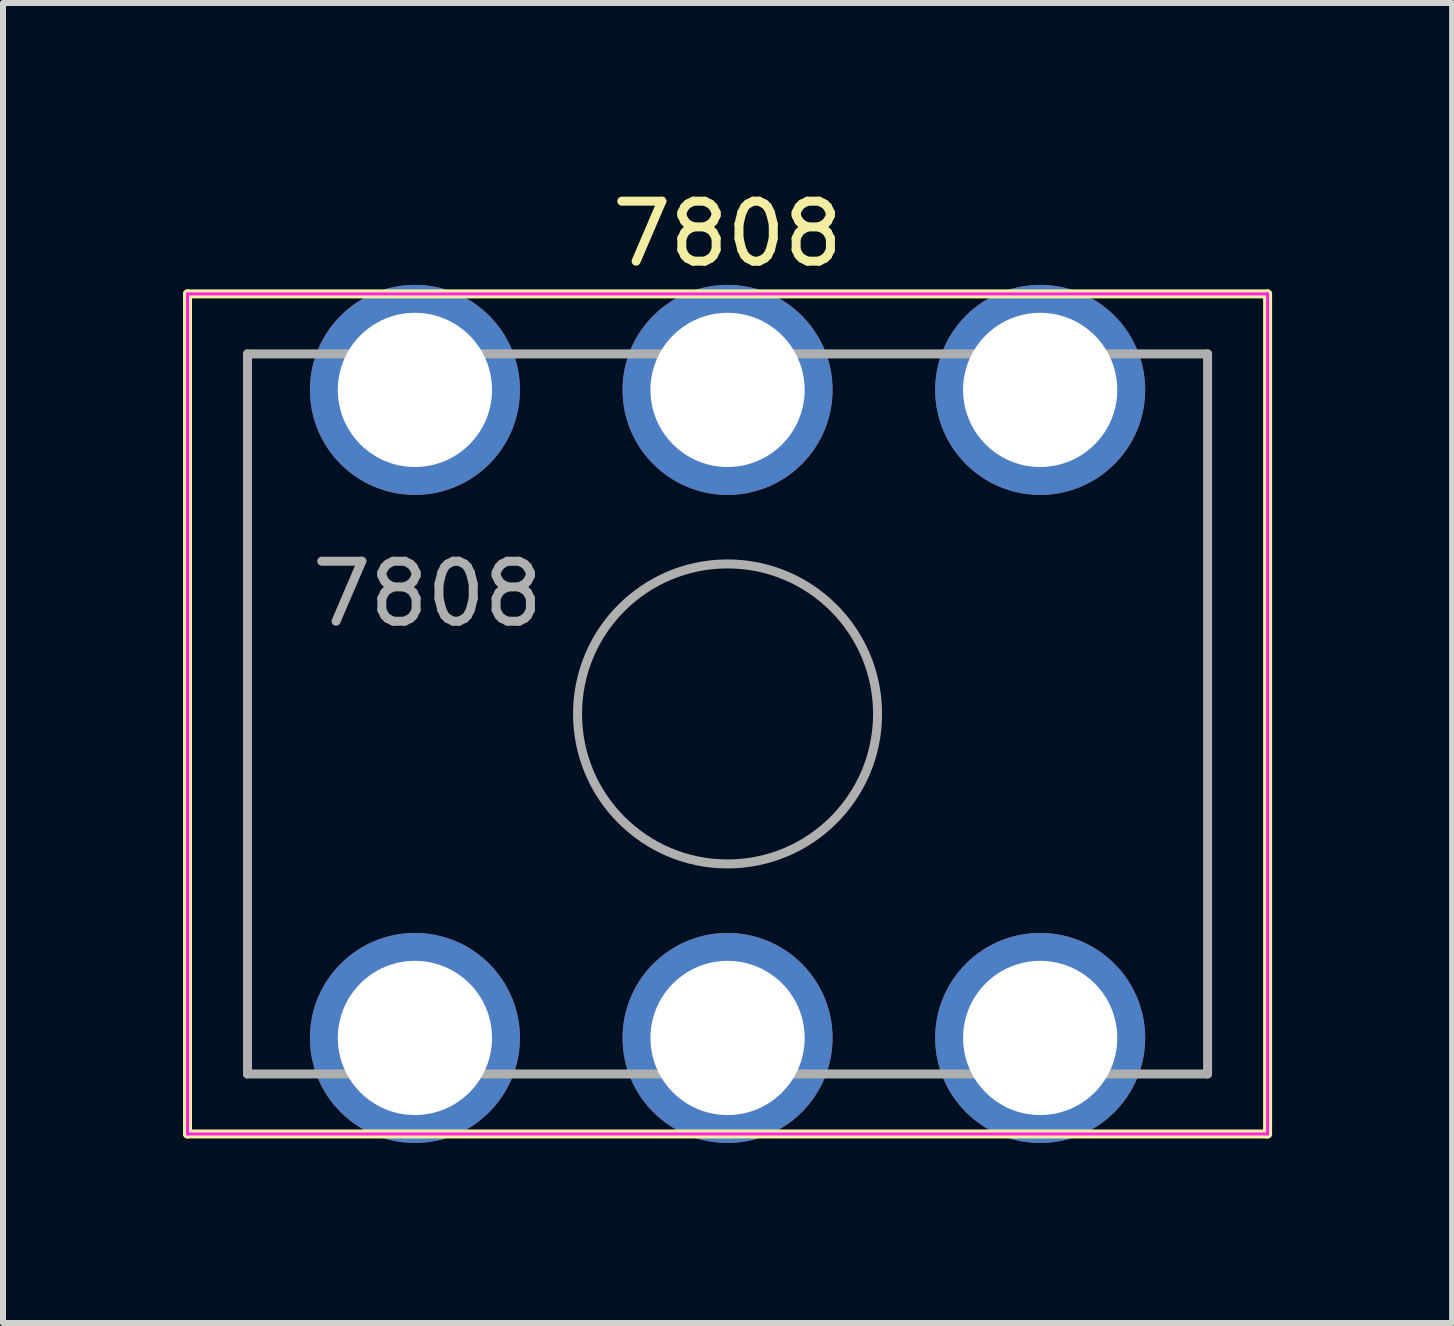
<source format=kicad_pcb>
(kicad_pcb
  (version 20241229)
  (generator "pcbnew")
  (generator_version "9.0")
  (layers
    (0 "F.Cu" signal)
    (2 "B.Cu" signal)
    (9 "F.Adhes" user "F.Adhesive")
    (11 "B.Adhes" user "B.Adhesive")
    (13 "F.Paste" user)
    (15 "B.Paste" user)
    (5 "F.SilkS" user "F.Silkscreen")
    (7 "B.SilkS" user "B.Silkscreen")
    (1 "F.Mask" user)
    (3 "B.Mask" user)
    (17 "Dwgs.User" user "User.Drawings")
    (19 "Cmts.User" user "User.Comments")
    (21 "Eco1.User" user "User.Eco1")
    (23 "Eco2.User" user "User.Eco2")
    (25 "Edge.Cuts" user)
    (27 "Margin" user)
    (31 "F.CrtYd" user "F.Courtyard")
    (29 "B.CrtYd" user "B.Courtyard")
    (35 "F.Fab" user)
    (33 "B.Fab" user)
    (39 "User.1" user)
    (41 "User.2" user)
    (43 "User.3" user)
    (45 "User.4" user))
  (footprint "7808"
    (layer "F.Cu")
    (at 9.075 8.848)
    (property "Reference" "7808" (at 0 -8 0) (layer "F.SilkS") (effects (font (size 1 1) (thickness 0.15))))
    (attr through_hole)
    (fp_line (start -9 -7) (end -9 7) (stroke (width 0.15) (type solid)) (layer "F.SilkS"))
    (fp_line (start -9 7) (end 9 7) (stroke (width 0.15) (type solid)) (layer "F.SilkS"))
    (fp_line (start 9 -7) (end -9 -7) (stroke (width 0.15) (type solid)) (layer "F.SilkS"))
    (fp_line (start 9 7) (end 9 -7) (stroke (width 0.15) (type solid)) (layer "F.SilkS"))
    (fp_line (start -9 -7) (end -9 7) (stroke (width 0.05) (type solid)) (layer "F.CrtYd"))
    (fp_line (start -9 7) (end 9 7) (stroke (width 0.05) (type solid)) (layer "F.CrtYd"))
    (fp_line (start 9 -7) (end -9 -7) (stroke (width 0.05) (type solid)) (layer "F.CrtYd"))
    (fp_line (start 9 7) (end 9 -7) (stroke (width 0.05) (type solid)) (layer "F.CrtYd"))
    (fp_line (start -8 -6) (end 8 -6) (stroke (width 0.15) (type solid)) (layer "F.Fab"))
    (fp_line (start -8 6) (end -8 -6) (stroke (width 0.15) (type solid)) (layer "F.Fab"))
    (fp_line (start 8 -6) (end 8 6) (stroke (width 0.15) (type solid)) (layer "F.Fab"))
    (fp_line (start 8 6) (end -8 6) (stroke (width 0.15) (type solid)) (layer "F.Fab"))
    (fp_circle (center 0 0) (end 2.5 0) (stroke (width 0.15) (type solid)) (fill no) (layer "F.Fab"))
    (fp_text user "${REFERENCE}" (at -5 -2 0) (layer "F.Fab") (effects (font (size 1 1) (thickness 0.15))))
    (pad "1" thru_hole circle (at -5.21 -5.4) (size 3.5 3.5) (drill 2.57) (layers "*.Cu" "*.Mask"))
    (pad "1" thru_hole circle (at -5.21 5.4) (size 3.5 3.5) (drill 2.57) (layers "*.Cu" "*.Mask"))
    (pad "1" thru_hole circle (at 0 -5.4) (size 3.5 3.5) (drill 2.57) (layers "*.Cu" "*.Mask"))
    (pad "1" thru_hole circle (at 0 5.4) (size 3.5 3.5) (drill 2.57) (layers "*.Cu" "*.Mask"))
    (pad "1" thru_hole circle (at 5.21 -5.4) (size 3.5 3.5) (drill 2.57) (layers "*.Cu" "*.Mask"))
    (pad "1" thru_hole circle (at 5.21 5.4) (size 3.5 3.5) (drill 2.57) (layers "*.Cu" "*.Mask")))
  (gr_rect
    (start -3 -3)
    (end 21.15 18.998)
    (stroke (width 0.1) (type default))
    (fill no)
    (layer "Edge.Cuts")))
</source>
